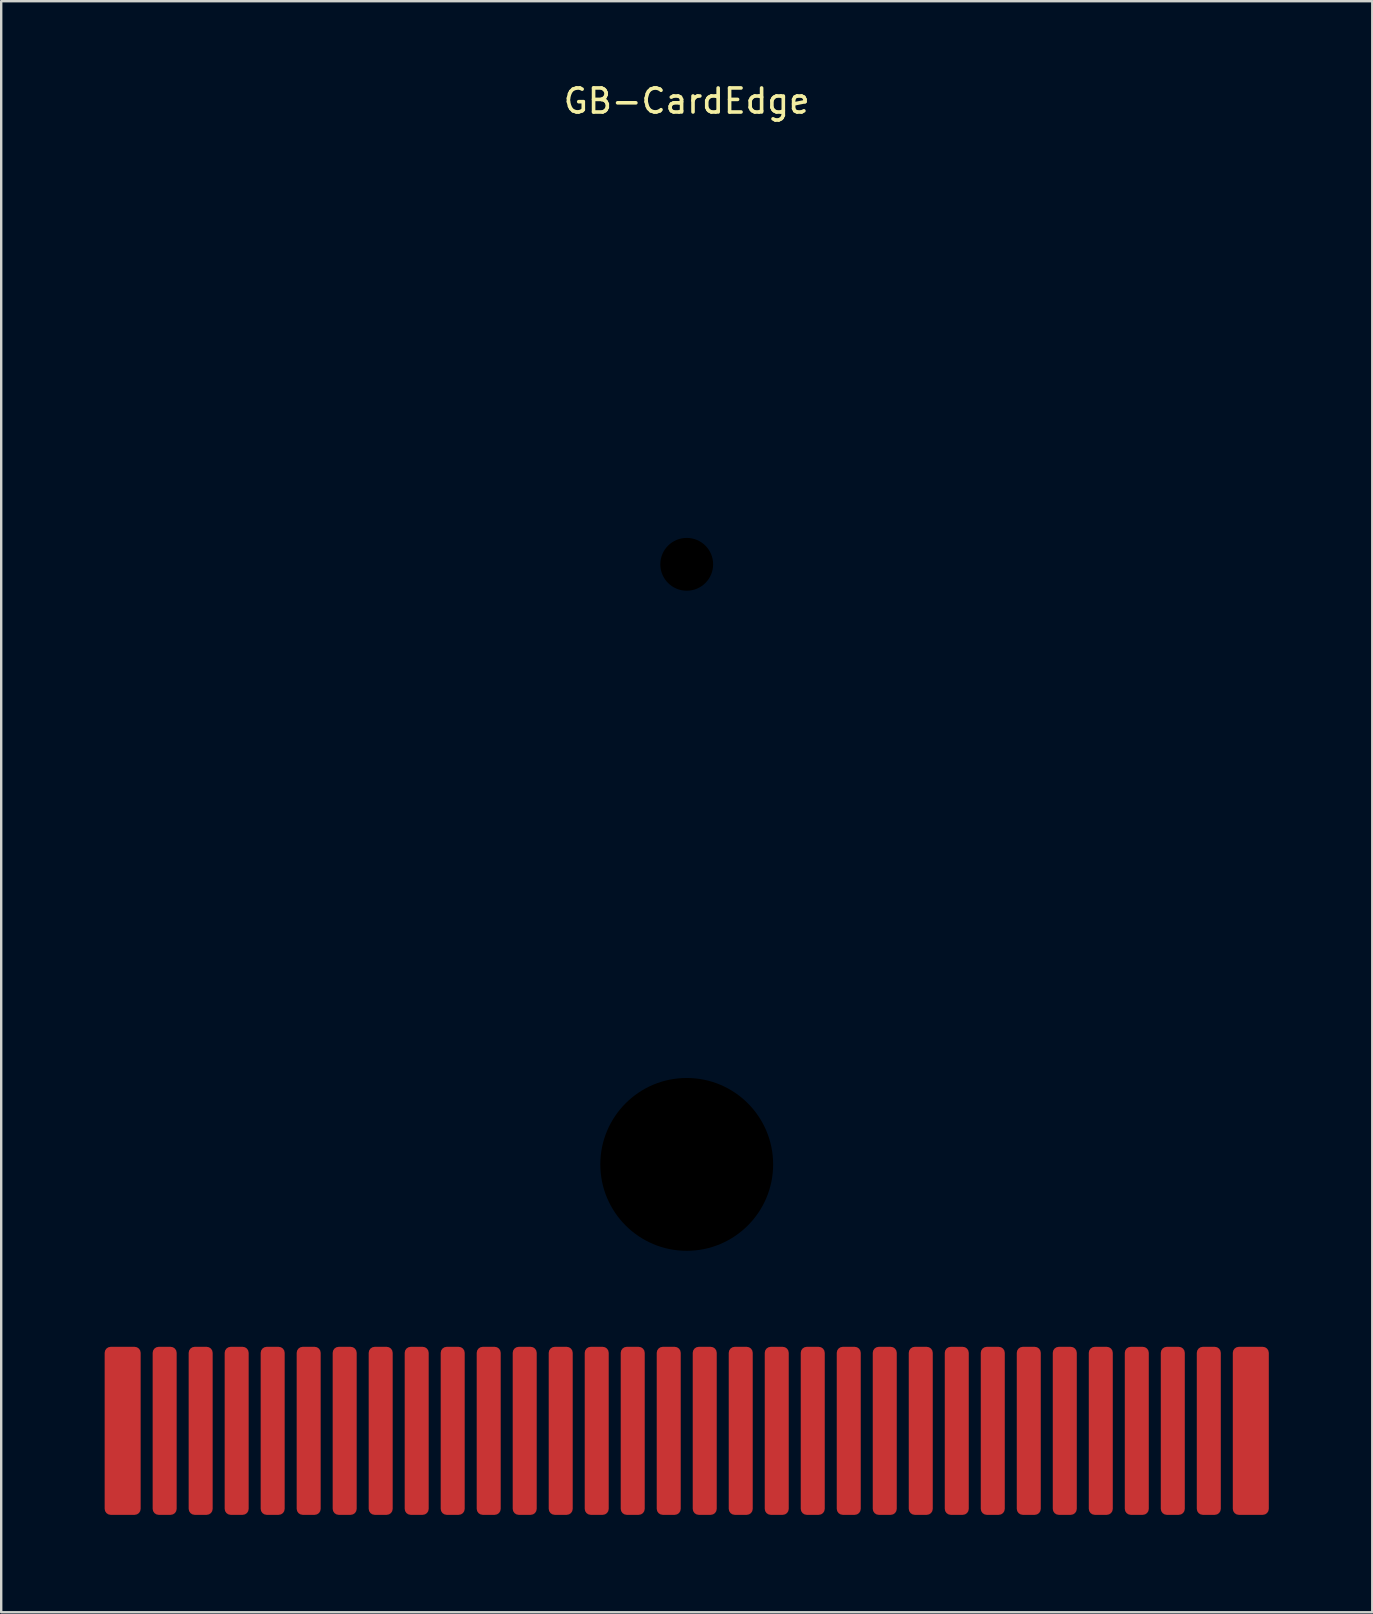
<source format=kicad_pcb>
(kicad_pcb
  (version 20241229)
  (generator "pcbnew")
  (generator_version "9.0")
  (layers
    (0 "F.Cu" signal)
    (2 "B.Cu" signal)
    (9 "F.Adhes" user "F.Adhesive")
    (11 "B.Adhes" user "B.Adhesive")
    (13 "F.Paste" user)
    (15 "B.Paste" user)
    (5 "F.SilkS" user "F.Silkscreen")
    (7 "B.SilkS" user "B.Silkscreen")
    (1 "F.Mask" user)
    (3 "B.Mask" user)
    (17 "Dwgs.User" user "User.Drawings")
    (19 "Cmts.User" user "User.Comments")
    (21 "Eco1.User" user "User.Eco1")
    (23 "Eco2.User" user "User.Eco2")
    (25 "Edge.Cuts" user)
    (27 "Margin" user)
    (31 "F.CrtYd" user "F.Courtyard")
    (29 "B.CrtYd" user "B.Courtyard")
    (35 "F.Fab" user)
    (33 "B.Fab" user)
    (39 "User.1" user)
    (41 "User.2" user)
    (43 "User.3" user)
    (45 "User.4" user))
  (footprint "GB-CardEdge"
    (layer "F.Cu")
    (at 25.56 30.56)
    (property "Reference" "GB-CardEdge" (at 0 -29.4 0) (layer "F.SilkS") (effects (font (size 1 1) (thickness 0.15))))
    (attr through_hole allow_soldermask_bridges)
    (fp_line (start -25.5 21.3) (end -25.5 -29.5) (stroke (width 0.12) (type solid)) (layer "Eco2.User"))
    (fp_line (start -24.7 29.5) (end -24.7 22.1) (stroke (width 0.12) (type solid)) (layer "Eco2.User"))
    (fp_line (start -24.5 -30.5) (end 20 -30.5) (stroke (width 0.12) (type solid)) (layer "Eco2.User"))
    (fp_line (start -23.7 30.5) (end 23.7 30.5) (stroke (width 0.12) (type solid)) (layer "Eco2.User"))
    (fp_line (start 21 -29) (end 21 -29.5) (stroke (width 0.12) (type solid)) (layer "Eco2.User"))
    (fp_line (start 24.5 -28) (end 22 -28) (stroke (width 0.12) (type solid)) (layer "Eco2.User"))
    (fp_line (start 24.7 29.5) (end 24.7 22.1) (stroke (width 0.12) (type solid)) (layer "Eco2.User"))
    (fp_line (start 25.5 21.3) (end 25.5 -27) (stroke (width 0.12) (type solid)) (layer "Eco2.User"))
    (fp_arc (start -25.5 -29.5) (mid -25.207107 -30.207107) (end -24.5 -30.5) (stroke (width 0.12) (type solid)) (layer "Eco2.User"))
    (fp_arc (start -25.1 21.7) (mid -25.382843 21.582843) (end -25.5 21.3) (stroke (width 0.12) (type solid)) (layer "Eco2.User"))
    (fp_arc (start -25.1 21.7) (mid -24.817157 21.817157) (end -24.7 22.1) (stroke (width 0.12) (type solid)) (layer "Eco2.User"))
    (fp_arc (start -23.7 30.5) (mid -24.407107 30.207107) (end -24.7 29.5) (stroke (width 0.12) (type solid)) (layer "Eco2.User"))
    (fp_arc (start 20 -30.5) (mid 20.707107 -30.207107) (end 21 -29.5) (stroke (width 0.12) (type solid)) (layer "Eco2.User"))
    (fp_arc (start 22 -28) (mid 21.292893 -28.292893) (end 21 -29) (stroke (width 0.12) (type solid)) (layer "Eco2.User"))
    (fp_arc (start 24.5 -28) (mid 25.207107 -27.707107) (end 25.5 -27) (stroke (width 0.12) (type solid)) (layer "Eco2.User"))
    (fp_arc (start 24.7 22.1) (mid 24.817157 21.817157) (end 25.1 21.7) (stroke (width 0.12) (type solid)) (layer "Eco2.User"))
    (fp_arc (start 24.7 29.5) (mid 24.407107 30.207107) (end 23.7 30.5) (stroke (width 0.12) (type solid)) (layer "Eco2.User"))
    (fp_arc (start 25.5 21.3) (mid 25.382843 21.582843) (end 25.1 21.7) (stroke (width 0.12) (type solid)) (layer "Eco2.User"))
    (pad "" np_thru_hole circle (at 0 -10.1) (size 2.2 2.2) (drill 2.2) (layers "*.Mask"))
    (pad "" np_thru_hole circle (at 0 14.9) (size 7.2 7.2) (drill 7.2) (layers "*.Mask"))
    (pad "" smd rect (at 0 27 180) (size 51 7) (layers "F.Mask"))
    (pad "1" connect roundrect (at -23.5 23 180) (size 1.5 7) (drill (offset 0 -3)) (layers "F.Cu") (roundrect_rratio 0.167))
    (pad "2" connect roundrect (at -21.75 23 180) (size 1 7) (drill (offset 0 -3)) (layers "F.Cu") (roundrect_rratio 0.25))
    (pad "3" connect roundrect (at -20.25 23 180) (size 1 7) (drill (offset 0 -3)) (layers "F.Cu") (roundrect_rratio 0.25))
    (pad "4" connect roundrect (at -18.75 23 180) (size 1 7) (drill (offset 0 -3)) (layers "F.Cu") (roundrect_rratio 0.25))
    (pad "5" connect roundrect (at -17.25 23 180) (size 1 7) (drill (offset 0 -3)) (layers "F.Cu") (roundrect_rratio 0.25))
    (pad "6" connect roundrect (at -15.75 23 180) (size 1 7) (drill (offset 0 -3)) (layers "F.Cu") (roundrect_rratio 0.25))
    (pad "7" connect roundrect (at -14.25 23 180) (size 1 7) (drill (offset 0 -3)) (layers "F.Cu") (roundrect_rratio 0.25))
    (pad "8" connect roundrect (at -12.75 23 180) (size 1 7) (drill (offset 0 -3)) (layers "F.Cu") (roundrect_rratio 0.25))
    (pad "9" connect roundrect (at -11.25 23 180) (size 1 7) (drill (offset 0 -3)) (layers "F.Cu") (roundrect_rratio 0.25))
    (pad "10" connect roundrect (at -9.75 23 180) (size 1 7) (drill (offset 0 -3)) (layers "F.Cu") (roundrect_rratio 0.25))
    (pad "11" connect roundrect (at -8.25 23 180) (size 1 7) (drill (offset 0 -3)) (layers "F.Cu") (roundrect_rratio 0.25))
    (pad "12" connect roundrect (at -6.75 23 180) (size 1 7) (drill (offset 0 -3)) (layers "F.Cu") (roundrect_rratio 0.25))
    (pad "13" connect roundrect (at -5.25 23 180) (size 1 7) (drill (offset 0 -3)) (layers "F.Cu") (roundrect_rratio 0.25))
    (pad "14" connect roundrect (at -3.75 23 180) (size 1 7) (drill (offset 0 -3)) (layers "F.Cu") (roundrect_rratio 0.25))
    (pad "15" connect roundrect (at -2.25 23 180) (size 1 7) (drill (offset 0 -3)) (layers "F.Cu") (roundrect_rratio 0.25))
    (pad "16" connect roundrect (at -0.75 23 180) (size 1 7) (drill (offset 0 -3)) (layers "F.Cu") (roundrect_rratio 0.25))
    (pad "17" connect roundrect (at 0.75 23 180) (size 1 7) (drill (offset 0 -3)) (layers "F.Cu") (roundrect_rratio 0.25))
    (pad "18" connect roundrect (at 2.25 23 180) (size 1 7) (drill (offset 0 -3)) (layers "F.Cu") (roundrect_rratio 0.25))
    (pad "19" connect roundrect (at 3.75 23 180) (size 1 7) (drill (offset 0 -3)) (layers "F.Cu") (roundrect_rratio 0.25))
    (pad "20" connect roundrect (at 5.25 23 180) (size 1 7) (drill (offset 0 -3)) (layers "F.Cu") (roundrect_rratio 0.25))
    (pad "21" connect roundrect (at 6.75 23 180) (size 1 7) (drill (offset 0 -3)) (layers "F.Cu") (roundrect_rratio 0.25))
    (pad "22" connect roundrect (at 8.25 23 180) (size 1 7) (drill (offset 0 -3)) (layers "F.Cu") (roundrect_rratio 0.25))
    (pad "23" connect roundrect (at 9.75 23 180) (size 1 7) (drill (offset 0 -3)) (layers "F.Cu") (roundrect_rratio 0.25))
    (pad "24" connect roundrect (at 11.25 23 180) (size 1 7) (drill (offset 0 -3)) (layers "F.Cu") (roundrect_rratio 0.25))
    (pad "25" connect roundrect (at 12.75 23 180) (size 1 7) (drill (offset 0 -3)) (layers "F.Cu") (roundrect_rratio 0.25))
    (pad "26" connect roundrect (at 14.25 23 180) (size 1 7) (drill (offset 0 -3)) (layers "F.Cu") (roundrect_rratio 0.25))
    (pad "27" connect roundrect (at 15.75 23 180) (size 1 7) (drill (offset 0 -3)) (layers "F.Cu") (roundrect_rratio 0.25))
    (pad "28" connect roundrect (at 17.25 23 180) (size 1 7) (drill (offset 0 -3)) (layers "F.Cu") (roundrect_rratio 0.25))
    (pad "29" connect roundrect (at 18.75 23 180) (size 1 7) (drill (offset 0 -3)) (layers "F.Cu") (roundrect_rratio 0.25))
    (pad "30" connect roundrect (at 20.25 23 180) (size 1 7) (drill (offset 0 -3)) (layers "F.Cu") (roundrect_rratio 0.25))
    (pad "31" connect roundrect (at 21.75 23 180) (size 1 7) (drill (offset 0 -3)) (layers "F.Cu") (roundrect_rratio 0.25))
    (pad "32" connect roundrect (at 23.5 23 180) (size 1.5 7) (drill (offset 0 -3)) (layers "F.Cu") (roundrect_rratio 0.167)))
  (gr_rect
    (start -3 -3)
    (end 54.12 64.12)
    (stroke (width 0.1) (type default))
    (fill no)
    (layer "Edge.Cuts")))
</source>
